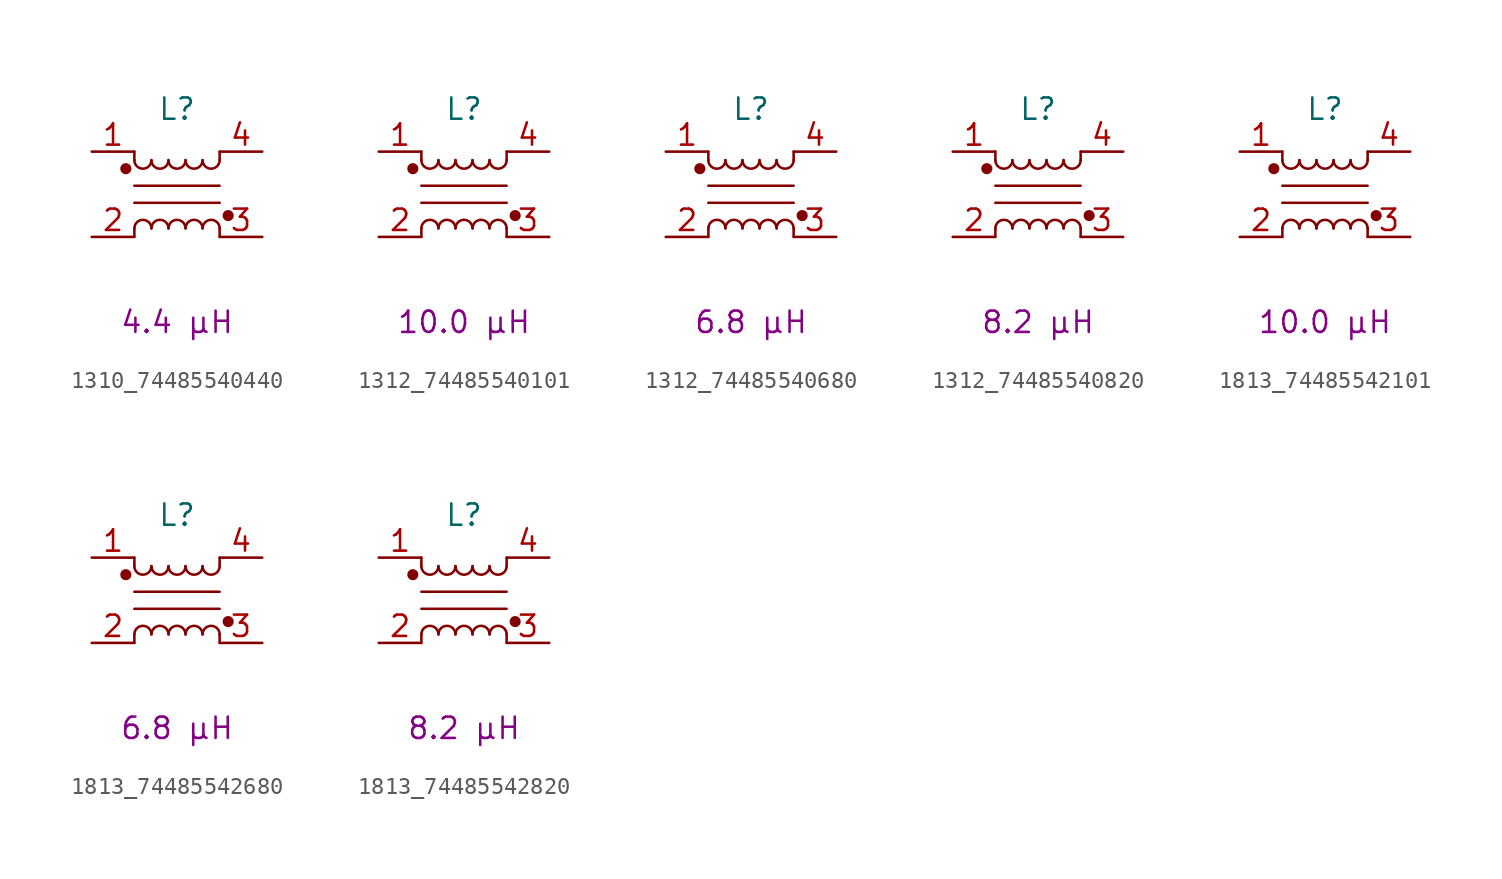
<source format=kicad_sym>
(kicad_symbol_lib
  (version 20220914)
  (generator kicad_symbol_editor)
  (symbol "1310_74485540440"
    (pin_names hide)
    (property "Reference" "L"
      (at 0 5.08 0)
      (effects (font (size 1.27 1.27))))
    (property "Critical Parameter" "4.4 µH"
      (at 0 -7.62 0)
      (effects (font (size 1.27 1.27))))
    (symbol "1310_74485540440_0_1"
      (circle (center -3.048 1.524) (radius 0.254) (stroke (width 0) (type default)) (fill (type outline)))
      (arc (start -2.54 2.032) (mid -2.032 1.5262) (end -1.524 2.032) (stroke (width 0) (type default)) (fill (type none)))
      (arc (start -1.524 -2.032) (mid -2.032 -1.5262) (end -2.54 -2.032) (stroke (width 0) (type default)) (fill (type none)))
      (arc (start -1.524 2.032) (mid -1.016 1.5262) (end -0.508 2.032) (stroke (width 0) (type default)) (fill (type none)))
      (arc (start -0.508 -2.032) (mid -1.016 -1.5262) (end -1.524 -2.032) (stroke (width 0) (type default)) (fill (type none)))
      (arc (start -0.508 2.032) (mid 0 1.5262) (end 0.508 2.032) (stroke (width 0) (type default)) (fill (type none)))
      (polyline (pts (xy -2.54 -2.032) (xy -2.54 -2.54)) (stroke (width 0) (type default)) (fill (type none)))
      (polyline (pts (xy -2.54 0.508) (xy 2.54 0.508)) (stroke (width 0) (type default)) (fill (type none)))
      (polyline (pts (xy -2.54 2.032) (xy -2.54 2.54)) (stroke (width 0) (type default)) (fill (type none)))
      (polyline (pts (xy 2.54 -2.032) (xy 2.54 -2.54)) (stroke (width 0) (type default)) (fill (type none)))
      (polyline (pts (xy 2.54 -0.508) (xy -2.54 -0.508)) (stroke (width 0) (type default)) (fill (type none)))
      (polyline (pts (xy 2.54 2.54) (xy 2.54 2.032)) (stroke (width 0) (type default)) (fill (type none)))
      (arc (start 0.508 -2.032) (mid 0 -1.5262) (end -0.508 -2.032) (stroke (width 0) (type default)) (fill (type none)))
      (arc (start 0.508 2.032) (mid 1.016 1.5262) (end 1.524 2.032) (stroke (width 0) (type default)) (fill (type none)))
      (arc (start 1.524 -2.032) (mid 1.016 -1.5262) (end 0.508 -2.032) (stroke (width 0) (type default)) (fill (type none)))
      (arc (start 1.524 2.032) (mid 2.032 1.5262) (end 2.54 2.032) (stroke (width 0) (type default)) (fill (type none)))
      (arc (start 2.54 -2.032) (mid 2.032 -1.5262) (end 1.524 -2.032) (stroke (width 0) (type default)) (fill (type none)))
      (circle (center 3.048 -1.27) (radius 0.254) (stroke (width 0) (type default)) (fill (type outline))))
    (symbol "1310_74485540440_1_1"
      (pin passive line (at -5.08 2.54 0) (length 2.54) (name "1" (effects (font (size 1.27 1.27)))) (number "1" (effects (font (size 1.27 1.27)))))
      (pin passive line (at -5.08 -2.54 0) (length 2.54) (name "2" (effects (font (size 1.27 1.27)))) (number "2" (effects (font (size 1.27 1.27)))))
      (pin passive line (at 5.08 -2.54 180) (length 2.54) (name "3" (effects (font (size 1.27 1.27)))) (number "3" (effects (font (size 1.27 1.27)))))
      (pin passive line (at 5.08 2.54 180) (length 2.54) (name "4" (effects (font (size 1.27 1.27)))) (number "4" (effects (font (size 1.27 1.27)))))))
  (symbol "1312_74485540101"
    (pin_names hide)
    (property "Reference" "L"
      (at 0 5.08 0)
      (effects (font (size 1.27 1.27))))
    (property "Critical Parameter" "10.0 µH"
      (at 0 -7.62 0)
      (effects (font (size 1.27 1.27))))
    (symbol "1312_74485540101_0_1"
      (circle (center -3.048 1.524) (radius 0.254) (stroke (width 0) (type default)) (fill (type outline)))
      (arc (start -2.54 2.032) (mid -2.032 1.5262) (end -1.524 2.032) (stroke (width 0) (type default)) (fill (type none)))
      (arc (start -1.524 -2.032) (mid -2.032 -1.5262) (end -2.54 -2.032) (stroke (width 0) (type default)) (fill (type none)))
      (arc (start -1.524 2.032) (mid -1.016 1.5262) (end -0.508 2.032) (stroke (width 0) (type default)) (fill (type none)))
      (arc (start -0.508 -2.032) (mid -1.016 -1.5262) (end -1.524 -2.032) (stroke (width 0) (type default)) (fill (type none)))
      (arc (start -0.508 2.032) (mid 0 1.5262) (end 0.508 2.032) (stroke (width 0) (type default)) (fill (type none)))
      (polyline (pts (xy -2.54 -2.032) (xy -2.54 -2.54)) (stroke (width 0) (type default)) (fill (type none)))
      (polyline (pts (xy -2.54 0.508) (xy 2.54 0.508)) (stroke (width 0) (type default)) (fill (type none)))
      (polyline (pts (xy -2.54 2.032) (xy -2.54 2.54)) (stroke (width 0) (type default)) (fill (type none)))
      (polyline (pts (xy 2.54 -2.032) (xy 2.54 -2.54)) (stroke (width 0) (type default)) (fill (type none)))
      (polyline (pts (xy 2.54 -0.508) (xy -2.54 -0.508)) (stroke (width 0) (type default)) (fill (type none)))
      (polyline (pts (xy 2.54 2.54) (xy 2.54 2.032)) (stroke (width 0) (type default)) (fill (type none)))
      (arc (start 0.508 -2.032) (mid 0 -1.5262) (end -0.508 -2.032) (stroke (width 0) (type default)) (fill (type none)))
      (arc (start 0.508 2.032) (mid 1.016 1.5262) (end 1.524 2.032) (stroke (width 0) (type default)) (fill (type none)))
      (arc (start 1.524 -2.032) (mid 1.016 -1.5262) (end 0.508 -2.032) (stroke (width 0) (type default)) (fill (type none)))
      (arc (start 1.524 2.032) (mid 2.032 1.5262) (end 2.54 2.032) (stroke (width 0) (type default)) (fill (type none)))
      (arc (start 2.54 -2.032) (mid 2.032 -1.5262) (end 1.524 -2.032) (stroke (width 0) (type default)) (fill (type none)))
      (circle (center 3.048 -1.27) (radius 0.254) (stroke (width 0) (type default)) (fill (type outline))))
    (symbol "1312_74485540101_1_1"
      (pin passive line (at -5.08 2.54 0) (length 2.54) (name "1" (effects (font (size 1.27 1.27)))) (number "1" (effects (font (size 1.27 1.27)))))
      (pin passive line (at -5.08 -2.54 0) (length 2.54) (name "2" (effects (font (size 1.27 1.27)))) (number "2" (effects (font (size 1.27 1.27)))))
      (pin passive line (at 5.08 -2.54 180) (length 2.54) (name "3" (effects (font (size 1.27 1.27)))) (number "3" (effects (font (size 1.27 1.27)))))
      (pin passive line (at 5.08 2.54 180) (length 2.54) (name "4" (effects (font (size 1.27 1.27)))) (number "4" (effects (font (size 1.27 1.27)))))))
  (symbol "1312_74485540680"
    (pin_names hide)
    (property "Reference" "L"
      (at 0 5.08 0)
      (effects (font (size 1.27 1.27))))
    (property "Critical Parameter" "6.8 µH"
      (at 0 -7.62 0)
      (effects (font (size 1.27 1.27))))
    (symbol "1312_74485540680_0_1"
      (circle (center -3.048 1.524) (radius 0.254) (stroke (width 0) (type default)) (fill (type outline)))
      (arc (start -2.54 2.032) (mid -2.032 1.5262) (end -1.524 2.032) (stroke (width 0) (type default)) (fill (type none)))
      (arc (start -1.524 -2.032) (mid -2.032 -1.5262) (end -2.54 -2.032) (stroke (width 0) (type default)) (fill (type none)))
      (arc (start -1.524 2.032) (mid -1.016 1.5262) (end -0.508 2.032) (stroke (width 0) (type default)) (fill (type none)))
      (arc (start -0.508 -2.032) (mid -1.016 -1.5262) (end -1.524 -2.032) (stroke (width 0) (type default)) (fill (type none)))
      (arc (start -0.508 2.032) (mid 0 1.5262) (end 0.508 2.032) (stroke (width 0) (type default)) (fill (type none)))
      (polyline (pts (xy -2.54 -2.032) (xy -2.54 -2.54)) (stroke (width 0) (type default)) (fill (type none)))
      (polyline (pts (xy -2.54 0.508) (xy 2.54 0.508)) (stroke (width 0) (type default)) (fill (type none)))
      (polyline (pts (xy -2.54 2.032) (xy -2.54 2.54)) (stroke (width 0) (type default)) (fill (type none)))
      (polyline (pts (xy 2.54 -2.032) (xy 2.54 -2.54)) (stroke (width 0) (type default)) (fill (type none)))
      (polyline (pts (xy 2.54 -0.508) (xy -2.54 -0.508)) (stroke (width 0) (type default)) (fill (type none)))
      (polyline (pts (xy 2.54 2.54) (xy 2.54 2.032)) (stroke (width 0) (type default)) (fill (type none)))
      (arc (start 0.508 -2.032) (mid 0 -1.5262) (end -0.508 -2.032) (stroke (width 0) (type default)) (fill (type none)))
      (arc (start 0.508 2.032) (mid 1.016 1.5262) (end 1.524 2.032) (stroke (width 0) (type default)) (fill (type none)))
      (arc (start 1.524 -2.032) (mid 1.016 -1.5262) (end 0.508 -2.032) (stroke (width 0) (type default)) (fill (type none)))
      (arc (start 1.524 2.032) (mid 2.032 1.5262) (end 2.54 2.032) (stroke (width 0) (type default)) (fill (type none)))
      (arc (start 2.54 -2.032) (mid 2.032 -1.5262) (end 1.524 -2.032) (stroke (width 0) (type default)) (fill (type none)))
      (circle (center 3.048 -1.27) (radius 0.254) (stroke (width 0) (type default)) (fill (type outline))))
    (symbol "1312_74485540680_1_1"
      (pin passive line (at -5.08 2.54 0) (length 2.54) (name "1" (effects (font (size 1.27 1.27)))) (number "1" (effects (font (size 1.27 1.27)))))
      (pin passive line (at -5.08 -2.54 0) (length 2.54) (name "2" (effects (font (size 1.27 1.27)))) (number "2" (effects (font (size 1.27 1.27)))))
      (pin passive line (at 5.08 -2.54 180) (length 2.54) (name "3" (effects (font (size 1.27 1.27)))) (number "3" (effects (font (size 1.27 1.27)))))
      (pin passive line (at 5.08 2.54 180) (length 2.54) (name "4" (effects (font (size 1.27 1.27)))) (number "4" (effects (font (size 1.27 1.27)))))))
  (symbol "1312_74485540820"
    (pin_names hide)
    (property "Reference" "L"
      (at 0 5.08 0)
      (effects (font (size 1.27 1.27))))
    (property "Critical Parameter" "8.2 µH"
      (at 0 -7.62 0)
      (effects (font (size 1.27 1.27))))
    (symbol "1312_74485540820_0_1"
      (circle (center -3.048 1.524) (radius 0.254) (stroke (width 0) (type default)) (fill (type outline)))
      (arc (start -2.54 2.032) (mid -2.032 1.5262) (end -1.524 2.032) (stroke (width 0) (type default)) (fill (type none)))
      (arc (start -1.524 -2.032) (mid -2.032 -1.5262) (end -2.54 -2.032) (stroke (width 0) (type default)) (fill (type none)))
      (arc (start -1.524 2.032) (mid -1.016 1.5262) (end -0.508 2.032) (stroke (width 0) (type default)) (fill (type none)))
      (arc (start -0.508 -2.032) (mid -1.016 -1.5262) (end -1.524 -2.032) (stroke (width 0) (type default)) (fill (type none)))
      (arc (start -0.508 2.032) (mid 0 1.5262) (end 0.508 2.032) (stroke (width 0) (type default)) (fill (type none)))
      (polyline (pts (xy -2.54 -2.032) (xy -2.54 -2.54)) (stroke (width 0) (type default)) (fill (type none)))
      (polyline (pts (xy -2.54 0.508) (xy 2.54 0.508)) (stroke (width 0) (type default)) (fill (type none)))
      (polyline (pts (xy -2.54 2.032) (xy -2.54 2.54)) (stroke (width 0) (type default)) (fill (type none)))
      (polyline (pts (xy 2.54 -2.032) (xy 2.54 -2.54)) (stroke (width 0) (type default)) (fill (type none)))
      (polyline (pts (xy 2.54 -0.508) (xy -2.54 -0.508)) (stroke (width 0) (type default)) (fill (type none)))
      (polyline (pts (xy 2.54 2.54) (xy 2.54 2.032)) (stroke (width 0) (type default)) (fill (type none)))
      (arc (start 0.508 -2.032) (mid 0 -1.5262) (end -0.508 -2.032) (stroke (width 0) (type default)) (fill (type none)))
      (arc (start 0.508 2.032) (mid 1.016 1.5262) (end 1.524 2.032) (stroke (width 0) (type default)) (fill (type none)))
      (arc (start 1.524 -2.032) (mid 1.016 -1.5262) (end 0.508 -2.032) (stroke (width 0) (type default)) (fill (type none)))
      (arc (start 1.524 2.032) (mid 2.032 1.5262) (end 2.54 2.032) (stroke (width 0) (type default)) (fill (type none)))
      (arc (start 2.54 -2.032) (mid 2.032 -1.5262) (end 1.524 -2.032) (stroke (width 0) (type default)) (fill (type none)))
      (circle (center 3.048 -1.27) (radius 0.254) (stroke (width 0) (type default)) (fill (type outline))))
    (symbol "1312_74485540820_1_1"
      (pin passive line (at -5.08 2.54 0) (length 2.54) (name "1" (effects (font (size 1.27 1.27)))) (number "1" (effects (font (size 1.27 1.27)))))
      (pin passive line (at -5.08 -2.54 0) (length 2.54) (name "2" (effects (font (size 1.27 1.27)))) (number "2" (effects (font (size 1.27 1.27)))))
      (pin passive line (at 5.08 -2.54 180) (length 2.54) (name "3" (effects (font (size 1.27 1.27)))) (number "3" (effects (font (size 1.27 1.27)))))
      (pin passive line (at 5.08 2.54 180) (length 2.54) (name "4" (effects (font (size 1.27 1.27)))) (number "4" (effects (font (size 1.27 1.27)))))))
  (symbol "1813_74485542101"
    (pin_names hide)
    (property "Reference" "L"
      (at 0 5.08 0)
      (effects (font (size 1.27 1.27))))
    (property "Critical Parameter" "10.0 µH"
      (at 0 -7.62 0)
      (effects (font (size 1.27 1.27))))
    (symbol "1813_74485542101_0_1"
      (circle (center -3.048 1.524) (radius 0.254) (stroke (width 0) (type default)) (fill (type outline)))
      (arc (start -2.54 2.032) (mid -2.032 1.5262) (end -1.524 2.032) (stroke (width 0) (type default)) (fill (type none)))
      (arc (start -1.524 -2.032) (mid -2.032 -1.5262) (end -2.54 -2.032) (stroke (width 0) (type default)) (fill (type none)))
      (arc (start -1.524 2.032) (mid -1.016 1.5262) (end -0.508 2.032) (stroke (width 0) (type default)) (fill (type none)))
      (arc (start -0.508 -2.032) (mid -1.016 -1.5262) (end -1.524 -2.032) (stroke (width 0) (type default)) (fill (type none)))
      (arc (start -0.508 2.032) (mid 0 1.5262) (end 0.508 2.032) (stroke (width 0) (type default)) (fill (type none)))
      (polyline (pts (xy -2.54 -2.032) (xy -2.54 -2.54)) (stroke (width 0) (type default)) (fill (type none)))
      (polyline (pts (xy -2.54 0.508) (xy 2.54 0.508)) (stroke (width 0) (type default)) (fill (type none)))
      (polyline (pts (xy -2.54 2.032) (xy -2.54 2.54)) (stroke (width 0) (type default)) (fill (type none)))
      (polyline (pts (xy 2.54 -2.032) (xy 2.54 -2.54)) (stroke (width 0) (type default)) (fill (type none)))
      (polyline (pts (xy 2.54 -0.508) (xy -2.54 -0.508)) (stroke (width 0) (type default)) (fill (type none)))
      (polyline (pts (xy 2.54 2.54) (xy 2.54 2.032)) (stroke (width 0) (type default)) (fill (type none)))
      (arc (start 0.508 -2.032) (mid 0 -1.5262) (end -0.508 -2.032) (stroke (width 0) (type default)) (fill (type none)))
      (arc (start 0.508 2.032) (mid 1.016 1.5262) (end 1.524 2.032) (stroke (width 0) (type default)) (fill (type none)))
      (arc (start 1.524 -2.032) (mid 1.016 -1.5262) (end 0.508 -2.032) (stroke (width 0) (type default)) (fill (type none)))
      (arc (start 1.524 2.032) (mid 2.032 1.5262) (end 2.54 2.032) (stroke (width 0) (type default)) (fill (type none)))
      (arc (start 2.54 -2.032) (mid 2.032 -1.5262) (end 1.524 -2.032) (stroke (width 0) (type default)) (fill (type none)))
      (circle (center 3.048 -1.27) (radius 0.254) (stroke (width 0) (type default)) (fill (type outline))))
    (symbol "1813_74485542101_1_1"
      (pin passive line (at -5.08 2.54 0) (length 2.54) (name "1" (effects (font (size 1.27 1.27)))) (number "1" (effects (font (size 1.27 1.27)))))
      (pin passive line (at -5.08 -2.54 0) (length 2.54) (name "2" (effects (font (size 1.27 1.27)))) (number "2" (effects (font (size 1.27 1.27)))))
      (pin passive line (at 5.08 -2.54 180) (length 2.54) (name "3" (effects (font (size 1.27 1.27)))) (number "3" (effects (font (size 1.27 1.27)))))
      (pin passive line (at 5.08 2.54 180) (length 2.54) (name "4" (effects (font (size 1.27 1.27)))) (number "4" (effects (font (size 1.27 1.27)))))))
  (symbol "1813_74485542680"
    (pin_names hide)
    (property "Reference" "L"
      (at 0 5.08 0)
      (effects (font (size 1.27 1.27))))
    (property "Critical Parameter" "6.8 µH"
      (at 0 -7.62 0)
      (effects (font (size 1.27 1.27))))
    (symbol "1813_74485542680_0_1"
      (circle (center -3.048 1.524) (radius 0.254) (stroke (width 0) (type default)) (fill (type outline)))
      (arc (start -2.54 2.032) (mid -2.032 1.5262) (end -1.524 2.032) (stroke (width 0) (type default)) (fill (type none)))
      (arc (start -1.524 -2.032) (mid -2.032 -1.5262) (end -2.54 -2.032) (stroke (width 0) (type default)) (fill (type none)))
      (arc (start -1.524 2.032) (mid -1.016 1.5262) (end -0.508 2.032) (stroke (width 0) (type default)) (fill (type none)))
      (arc (start -0.508 -2.032) (mid -1.016 -1.5262) (end -1.524 -2.032) (stroke (width 0) (type default)) (fill (type none)))
      (arc (start -0.508 2.032) (mid 0 1.5262) (end 0.508 2.032) (stroke (width 0) (type default)) (fill (type none)))
      (polyline (pts (xy -2.54 -2.032) (xy -2.54 -2.54)) (stroke (width 0) (type default)) (fill (type none)))
      (polyline (pts (xy -2.54 0.508) (xy 2.54 0.508)) (stroke (width 0) (type default)) (fill (type none)))
      (polyline (pts (xy -2.54 2.032) (xy -2.54 2.54)) (stroke (width 0) (type default)) (fill (type none)))
      (polyline (pts (xy 2.54 -2.032) (xy 2.54 -2.54)) (stroke (width 0) (type default)) (fill (type none)))
      (polyline (pts (xy 2.54 -0.508) (xy -2.54 -0.508)) (stroke (width 0) (type default)) (fill (type none)))
      (polyline (pts (xy 2.54 2.54) (xy 2.54 2.032)) (stroke (width 0) (type default)) (fill (type none)))
      (arc (start 0.508 -2.032) (mid 0 -1.5262) (end -0.508 -2.032) (stroke (width 0) (type default)) (fill (type none)))
      (arc (start 0.508 2.032) (mid 1.016 1.5262) (end 1.524 2.032) (stroke (width 0) (type default)) (fill (type none)))
      (arc (start 1.524 -2.032) (mid 1.016 -1.5262) (end 0.508 -2.032) (stroke (width 0) (type default)) (fill (type none)))
      (arc (start 1.524 2.032) (mid 2.032 1.5262) (end 2.54 2.032) (stroke (width 0) (type default)) (fill (type none)))
      (arc (start 2.54 -2.032) (mid 2.032 -1.5262) (end 1.524 -2.032) (stroke (width 0) (type default)) (fill (type none)))
      (circle (center 3.048 -1.27) (radius 0.254) (stroke (width 0) (type default)) (fill (type outline))))
    (symbol "1813_74485542680_1_1"
      (pin passive line (at -5.08 2.54 0) (length 2.54) (name "1" (effects (font (size 1.27 1.27)))) (number "1" (effects (font (size 1.27 1.27)))))
      (pin passive line (at -5.08 -2.54 0) (length 2.54) (name "2" (effects (font (size 1.27 1.27)))) (number "2" (effects (font (size 1.27 1.27)))))
      (pin passive line (at 5.08 -2.54 180) (length 2.54) (name "3" (effects (font (size 1.27 1.27)))) (number "3" (effects (font (size 1.27 1.27)))))
      (pin passive line (at 5.08 2.54 180) (length 2.54) (name "4" (effects (font (size 1.27 1.27)))) (number "4" (effects (font (size 1.27 1.27)))))))
  (symbol "1813_74485542820"
    (pin_names hide)
    (property "Reference" "L"
      (at 0 5.08 0)
      (effects (font (size 1.27 1.27))))
    (property "Critical Parameter" "8.2 µH"
      (at 0 -7.62 0)
      (effects (font (size 1.27 1.27))))
    (symbol "1813_74485542820_0_1"
      (circle (center -3.048 1.524) (radius 0.254) (stroke (width 0) (type default)) (fill (type outline)))
      (arc (start -2.54 2.032) (mid -2.032 1.5262) (end -1.524 2.032) (stroke (width 0) (type default)) (fill (type none)))
      (arc (start -1.524 -2.032) (mid -2.032 -1.5262) (end -2.54 -2.032) (stroke (width 0) (type default)) (fill (type none)))
      (arc (start -1.524 2.032) (mid -1.016 1.5262) (end -0.508 2.032) (stroke (width 0) (type default)) (fill (type none)))
      (arc (start -0.508 -2.032) (mid -1.016 -1.5262) (end -1.524 -2.032) (stroke (width 0) (type default)) (fill (type none)))
      (arc (start -0.508 2.032) (mid 0 1.5262) (end 0.508 2.032) (stroke (width 0) (type default)) (fill (type none)))
      (polyline (pts (xy -2.54 -2.032) (xy -2.54 -2.54)) (stroke (width 0) (type default)) (fill (type none)))
      (polyline (pts (xy -2.54 0.508) (xy 2.54 0.508)) (stroke (width 0) (type default)) (fill (type none)))
      (polyline (pts (xy -2.54 2.032) (xy -2.54 2.54)) (stroke (width 0) (type default)) (fill (type none)))
      (polyline (pts (xy 2.54 -2.032) (xy 2.54 -2.54)) (stroke (width 0) (type default)) (fill (type none)))
      (polyline (pts (xy 2.54 -0.508) (xy -2.54 -0.508)) (stroke (width 0) (type default)) (fill (type none)))
      (polyline (pts (xy 2.54 2.54) (xy 2.54 2.032)) (stroke (width 0) (type default)) (fill (type none)))
      (arc (start 0.508 -2.032) (mid 0 -1.5262) (end -0.508 -2.032) (stroke (width 0) (type default)) (fill (type none)))
      (arc (start 0.508 2.032) (mid 1.016 1.5262) (end 1.524 2.032) (stroke (width 0) (type default)) (fill (type none)))
      (arc (start 1.524 -2.032) (mid 1.016 -1.5262) (end 0.508 -2.032) (stroke (width 0) (type default)) (fill (type none)))
      (arc (start 1.524 2.032) (mid 2.032 1.5262) (end 2.54 2.032) (stroke (width 0) (type default)) (fill (type none)))
      (arc (start 2.54 -2.032) (mid 2.032 -1.5262) (end 1.524 -2.032) (stroke (width 0) (type default)) (fill (type none)))
      (circle (center 3.048 -1.27) (radius 0.254) (stroke (width 0) (type default)) (fill (type outline))))
    (symbol "1813_74485542820_1_1"
      (pin passive line (at -5.08 2.54 0) (length 2.54) (name "1" (effects (font (size 1.27 1.27)))) (number "1" (effects (font (size 1.27 1.27)))))
      (pin passive line (at -5.08 -2.54 0) (length 2.54) (name "2" (effects (font (size 1.27 1.27)))) (number "2" (effects (font (size 1.27 1.27)))))
      (pin passive line (at 5.08 -2.54 180) (length 2.54) (name "3" (effects (font (size 1.27 1.27)))) (number "3" (effects (font (size 1.27 1.27)))))
      (pin passive line (at 5.08 2.54 180) (length 2.54) (name "4" (effects (font (size 1.27 1.27)))) (number "4" (effects (font (size 1.27 1.27))))))))
</source>
